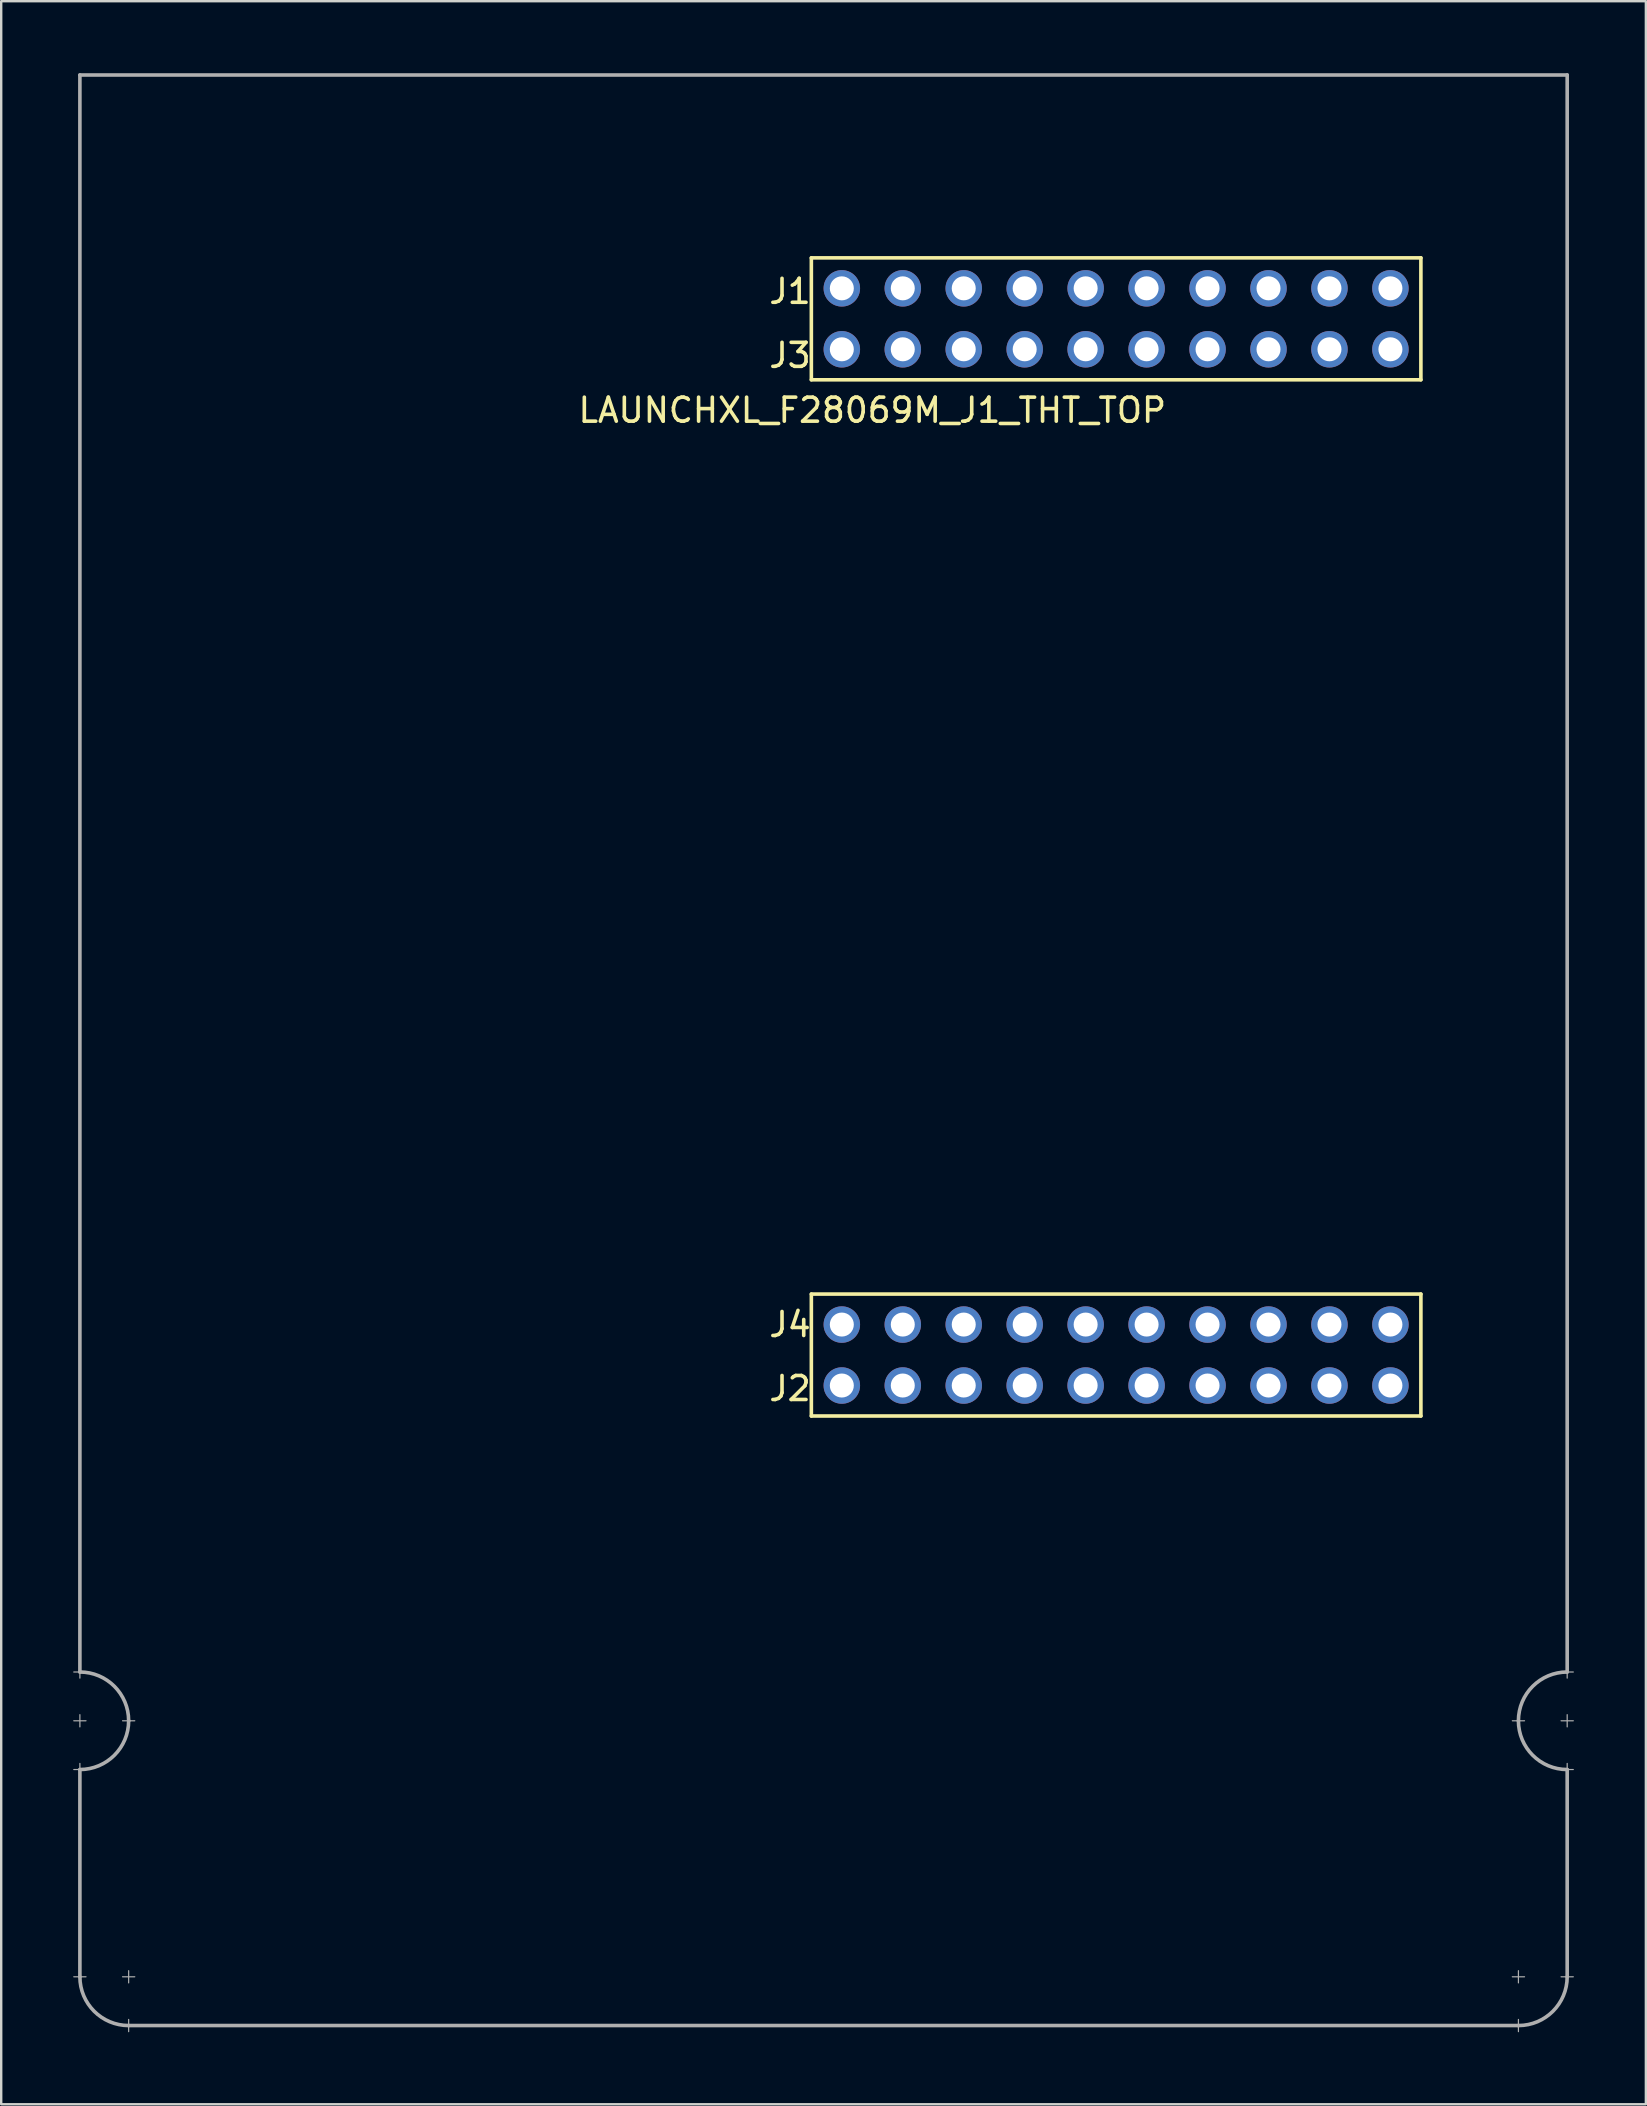
<source format=kicad_pcb>
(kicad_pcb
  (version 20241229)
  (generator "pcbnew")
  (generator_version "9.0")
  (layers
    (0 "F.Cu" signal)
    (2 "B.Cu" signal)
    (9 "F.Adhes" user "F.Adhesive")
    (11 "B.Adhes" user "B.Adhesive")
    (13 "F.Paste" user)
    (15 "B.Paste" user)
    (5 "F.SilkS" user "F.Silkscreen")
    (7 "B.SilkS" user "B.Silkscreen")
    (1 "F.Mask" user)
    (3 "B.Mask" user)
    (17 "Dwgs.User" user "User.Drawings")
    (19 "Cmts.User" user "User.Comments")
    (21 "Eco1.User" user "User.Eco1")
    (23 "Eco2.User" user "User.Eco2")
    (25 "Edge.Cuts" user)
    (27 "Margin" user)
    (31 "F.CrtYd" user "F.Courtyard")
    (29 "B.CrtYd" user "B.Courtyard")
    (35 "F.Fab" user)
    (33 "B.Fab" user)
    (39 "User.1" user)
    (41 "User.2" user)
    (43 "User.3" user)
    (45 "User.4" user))
  (footprint "LAUNCHXL_F28069M_J1_THT_TOP"
    (layer "F.Cu")
    (at 0.279 55.955)
    (property "Reference" "LAUNCHXL_F28069M_J1_THT_TOP" (at 33.02 -41.91 0) (layer "F.SilkS") (effects (font (size 1 1) (thickness 0.15))))
    (attr through_hole)
    (fp_line (start 30.48 -48.26) (end 30.48 -43.18) (stroke (width 0.15) (type solid)) (layer "F.SilkS"))
    (fp_line (start 30.48 -43.18) (end 55.88 -43.18) (stroke (width 0.15) (type solid)) (layer "F.SilkS"))
    (fp_line (start 30.48 -5.08) (end 30.48 0) (stroke (width 0.15) (type solid)) (layer "F.SilkS"))
    (fp_line (start 30.48 0) (end 55.88 0) (stroke (width 0.15) (type solid)) (layer "F.SilkS"))
    (fp_line (start 55.88 -48.26) (end 30.48 -48.26) (stroke (width 0.15) (type solid)) (layer "F.SilkS"))
    (fp_line (start 55.88 -43.18) (end 55.88 -48.26) (stroke (width 0.15) (type solid)) (layer "F.SilkS"))
    (fp_line (start 55.88 -5.08) (end 30.48 -5.08) (stroke (width 0.15) (type solid)) (layer "F.SilkS"))
    (fp_line (start 55.88 0) (end 55.88 -5.08) (stroke (width 0.15) (type solid)) (layer "F.SilkS"))
    (fp_line (start -0.254 10.668) (end 0.254 10.668) (stroke (width 0.05) (type solid)) (layer "F.Fab"))
    (fp_line (start -0.254 12.7) (end 0.254 12.7) (stroke (width 0.05) (type solid)) (layer "F.Fab"))
    (fp_line (start -0.254 14.732) (end 0.254 14.732) (stroke (width 0.05) (type solid)) (layer "F.Fab"))
    (fp_line (start 0 -55.88) (end 0 10.668) (stroke (width 0.15) (type solid)) (layer "F.Fab"))
    (fp_line (start 0 10.414) (end 0 10.922) (stroke (width 0.05) (type solid)) (layer "F.Fab"))
    (fp_line (start 0 12.446) (end 0 12.954) (stroke (width 0.05) (type solid)) (layer "F.Fab"))
    (fp_line (start 0 14.478) (end 0 14.986) (stroke (width 0.05) (type solid)) (layer "F.Fab"))
    (fp_line (start 0 14.732) (end 0 23.368) (stroke (width 0.15) (type solid)) (layer "F.Fab"))
    (fp_line (start 0 23.114) (end 0 23.622) (stroke (width 0.05) (type solid)) (layer "F.Fab"))
    (fp_line (start 0.254 23.368) (end -0.254 23.368) (stroke (width 0.05) (type solid)) (layer "F.Fab"))
    (fp_line (start 1.778 12.7) (end 2.286 12.7) (stroke (width 0.05) (type solid)) (layer "F.Fab"))
    (fp_line (start 2.032 23.114) (end 2.032 23.622) (stroke (width 0.05) (type solid)) (layer "F.Fab"))
    (fp_line (start 2.032 25.146) (end 2.032 25.654) (stroke (width 0.05) (type solid)) (layer "F.Fab"))
    (fp_line (start 2.032 25.4) (end 59.944 25.4) (stroke (width 0.15) (type solid)) (layer "F.Fab"))
    (fp_line (start 2.286 23.368) (end 1.778 23.368) (stroke (width 0.05) (type solid)) (layer "F.Fab"))
    (fp_line (start 59.69 23.368) (end 60.198 23.368) (stroke (width 0.05) (type solid)) (layer "F.Fab"))
    (fp_line (start 59.69 25.4) (end 60.198 25.4) (stroke (width 0.05) (type solid)) (layer "F.Fab"))
    (fp_line (start 59.944 23.114) (end 59.944 23.622) (stroke (width 0.05) (type solid)) (layer "F.Fab"))
    (fp_line (start 59.944 25.146) (end 59.944 25.654) (stroke (width 0.05) (type solid)) (layer "F.Fab"))
    (fp_line (start 60.198 12.7) (end 59.69 12.7) (stroke (width 0.05) (type solid)) (layer "F.Fab"))
    (fp_line (start 61.722 23.368) (end 62.23 23.368) (stroke (width 0.05) (type solid)) (layer "F.Fab"))
    (fp_line (start 61.976 -55.88) (end 0 -55.88) (stroke (width 0.15) (type solid)) (layer "F.Fab"))
    (fp_line (start 61.976 10.668) (end 61.976 -55.88) (stroke (width 0.15) (type solid)) (layer "F.Fab"))
    (fp_line (start 61.976 10.922) (end 61.976 10.414) (stroke (width 0.05) (type solid)) (layer "F.Fab"))
    (fp_line (start 61.976 12.954) (end 61.976 12.446) (stroke (width 0.05) (type solid)) (layer "F.Fab"))
    (fp_line (start 61.976 14.732) (end 61.976 23.368) (stroke (width 0.15) (type solid)) (layer "F.Fab"))
    (fp_line (start 61.976 14.986) (end 61.976 14.478) (stroke (width 0.05) (type solid)) (layer "F.Fab"))
    (fp_line (start 62.23 10.668) (end 61.722 10.668) (stroke (width 0.05) (type solid)) (layer "F.Fab"))
    (fp_line (start 62.23 12.7) (end 61.722 12.7) (stroke (width 0.05) (type solid)) (layer "F.Fab"))
    (fp_line (start 62.23 14.732) (end 61.722 14.732) (stroke (width 0.05) (type solid)) (layer "F.Fab"))
    (fp_arc (start 0 10.668) (mid 1.436841 11.263159) (end 2.032 12.7) (stroke (width 0.15) (type solid)) (layer "F.Fab"))
    (fp_arc (start 2.032 12.7) (mid 1.436841 14.136841) (end 0 14.732) (stroke (width 0.15) (type solid)) (layer "F.Fab"))
    (fp_arc (start 2.032 25.4) (mid 0.595159 24.804841) (end 0 23.368) (stroke (width 0.15) (type solid)) (layer "F.Fab"))
    (fp_arc (start 59.944 12.7) (mid 60.539159 11.263159) (end 61.976 10.668) (stroke (width 0.15) (type solid)) (layer "F.Fab"))
    (fp_arc (start 61.976 14.732) (mid 60.539159 14.136841) (end 59.944 12.7) (stroke (width 0.15) (type solid)) (layer "F.Fab"))
    (fp_arc (start 61.976 23.368) (mid 61.380841 24.804841) (end 59.944 25.4) (stroke (width 0.15) (type solid)) (layer "F.Fab"))
    (fp_text user "J4" (at 29.591 -3.81 0) (layer "F.SilkS") (effects (font (size 1 1) (thickness 0.15))))
    (fp_text user "J3" (at 29.591 -44.196 0) (layer "F.SilkS") (effects (font (size 1 1) (thickness 0.15))))
    (fp_text user "J2" (at 29.591 -1.143 0) (layer "F.SilkS") (effects (font (size 1 1) (thickness 0.15))))
    (fp_text user "J1" (at 29.591 -46.863 0) (layer "F.SilkS") (effects (font (size 1 1) (thickness 0.15))))
    (pad "+3V3" thru_hole circle (at 54.61 -46.99) (size 1.52 1.52) (drill 1) (layers "*.Cu" "*.Mask"))
    (pad "+5V" thru_hole circle (at 54.61 -44.45) (size 1.52 1.52) (drill 1) (layers "*.Cu" "*.Mask"))
    (pad "A_A0" thru_hole circle (at 39.37 -44.45) (size 1.52 1.52) (drill 1) (layers "*.Cu" "*.Mask"))
    (pad "A_A1" thru_hole circle (at 34.29 -44.45) (size 1.52 1.52) (drill 1) (layers "*.Cu" "*.Mask"))
    (pad "A_A2" thru_hole circle (at 44.45 -44.45) (size 1.52 1.52) (drill 1) (layers "*.Cu" "*.Mask"))
    (pad "A_A6" thru_hole circle (at 52.07 -46.99) (size 1.52 1.52) (drill 1) (layers "*.Cu" "*.Mask"))
    (pad "A_A7" thru_hole circle (at 49.53 -44.45) (size 1.52 1.52) (drill 1) (layers "*.Cu" "*.Mask"))
    (pad "A_B0" thru_hole circle (at 36.83 -44.45) (size 1.52 1.52) (drill 1) (layers "*.Cu" "*.Mask"))
    (pad "A_B1" thru_hole circle (at 46.99 -44.45) (size 1.52 1.52) (drill 1) (layers "*.Cu" "*.Mask"))
    (pad "A_B2" thru_hole circle (at 41.91 -44.45) (size 1.52 1.52) (drill 1) (layers "*.Cu" "*.Mask"))
    (pad "A_B6" thru_hole circle (at 41.91 -46.99) (size 1.52 1.52) (drill 1) (layers "*.Cu" "*.Mask"))
    (pad "DAC1" thru_hole circle (at 34.29 -3.81) (size 1.52 1.52) (drill 1) (layers "*.Cu" "*.Mask"))
    (pad "DAC2" thru_hole circle (at 31.75 -3.81) (size 1.52 1.52) (drill 1) (layers "*.Cu" "*.Mask"))
    (pad "GND" thru_hole circle (at 52.07 -44.45) (size 1.52 1.52) (drill 1) (layers "*.Cu" "*.Mask"))
    (pad "GND" thru_hole circle (at 54.61 -1.27) (size 1.52 1.52) (drill 1) (layers "*.Cu" "*.Mask"))
    (pad "NC" thru_hole circle (at 31.75 -44.45) (size 1.52 1.52) (drill 1) (layers "*.Cu" "*.Mask"))
    (pad "NC" thru_hole circle (at 36.83 -3.81) (size 1.52 1.52) (drill 1) (layers "*.Cu" "*.Mask"))
    (pad "NC" thru_hole circle (at 46.99 -1.27) (size 1.52 1.52) (drill 1) (layers "*.Cu" "*.Mask"))
    (pad "P_0" thru_hole circle (at 54.61 -3.81) (size 1.52 1.52) (drill 1) (layers "*.Cu" "*.Mask"))
    (pad "P_1" thru_hole circle (at 52.07 -3.81) (size 1.52 1.52) (drill 1) (layers "*.Cu" "*.Mask"))
    (pad "P_2" thru_hole circle (at 49.53 -3.81) (size 1.52 1.52) (drill 1) (layers "*.Cu" "*.Mask"))
    (pad "P_3" thru_hole circle (at 46.99 -3.81) (size 1.52 1.52) (drill 1) (layers "*.Cu" "*.Mask"))
    (pad "P_4" thru_hole circle (at 44.45 -3.81) (size 1.52 1.52) (drill 1) (layers "*.Cu" "*.Mask"))
    (pad "P_5" thru_hole circle (at 41.91 -3.81) (size 1.52 1.52) (drill 1) (layers "*.Cu" "*.Mask"))
    (pad "P_12" thru_hole circle (at 44.45 -46.99) (size 1.52 1.52) (drill 1) (layers "*.Cu" "*.Mask"))
    (pad "P_13" thru_hole circle (at 39.37 -3.81) (size 1.52 1.52) (drill 1) (layers "*.Cu" "*.Mask"))
    (pad "P_16" thru_hole circle (at 41.91 -1.27) (size 1.52 1.52) (drill 1) (layers "*.Cu" "*.Mask"))
    (pad "P_17" thru_hole circle (at 39.37 -1.27) (size 1.52 1.52) (drill 1) (layers "*.Cu" "*.Mask"))
    (pad "P_18" thru_hole circle (at 39.37 -46.99) (size 1.52 1.52) (drill 1) (layers "*.Cu" "*.Mask"))
    (pad "P_19" thru_hole circle (at 52.07 -1.27) (size 1.52 1.52) (drill 1) (layers "*.Cu" "*.Mask"))
    (pad "P_22" thru_hole circle (at 36.83 -46.99) (size 1.52 1.52) (drill 1) (layers "*.Cu" "*.Mask"))
    (pad "P_28" thru_hole circle (at 49.53 -46.99) (size 1.52 1.52) (drill 1) (layers "*.Cu" "*.Mask"))
    (pad "P_29" thru_hole circle (at 46.99 -46.99) (size 1.52 1.52) (drill 1) (layers "*.Cu" "*.Mask"))
    (pad "P_32" thru_hole circle (at 31.75 -46.99) (size 1.52 1.52) (drill 1) (layers "*.Cu" "*.Mask"))
    (pad "P_33" thru_hole circle (at 34.29 -46.99) (size 1.52 1.52) (drill 1) (layers "*.Cu" "*.Mask"))
    (pad "P_44" thru_hole circle (at 49.53 -1.27) (size 1.52 1.52) (drill 1) (layers "*.Cu" "*.Mask"))
    (pad "P_50" thru_hole circle (at 36.83 -1.27) (size 1.52 1.52) (drill 1) (layers "*.Cu" "*.Mask"))
    (pad "P_51" thru_hole circle (at 34.29 -1.27) (size 1.52 1.52) (drill 1) (layers "*.Cu" "*.Mask"))
    (pad "P_55" thru_hole circle (at 31.75 -1.27) (size 1.52 1.52) (drill 1) (layers "*.Cu" "*.Mask"))
    (pad "Rese" thru_hole circle (at 44.45 -1.27) (size 1.52 1.52) (drill 1) (layers "*.Cu" "*.Mask")))
  (gr_rect
    (start -3 -3)
    (end 65.534 84.634)
    (stroke (width 0.1) (type default))
    (fill no)
    (layer "Edge.Cuts")))
</source>
